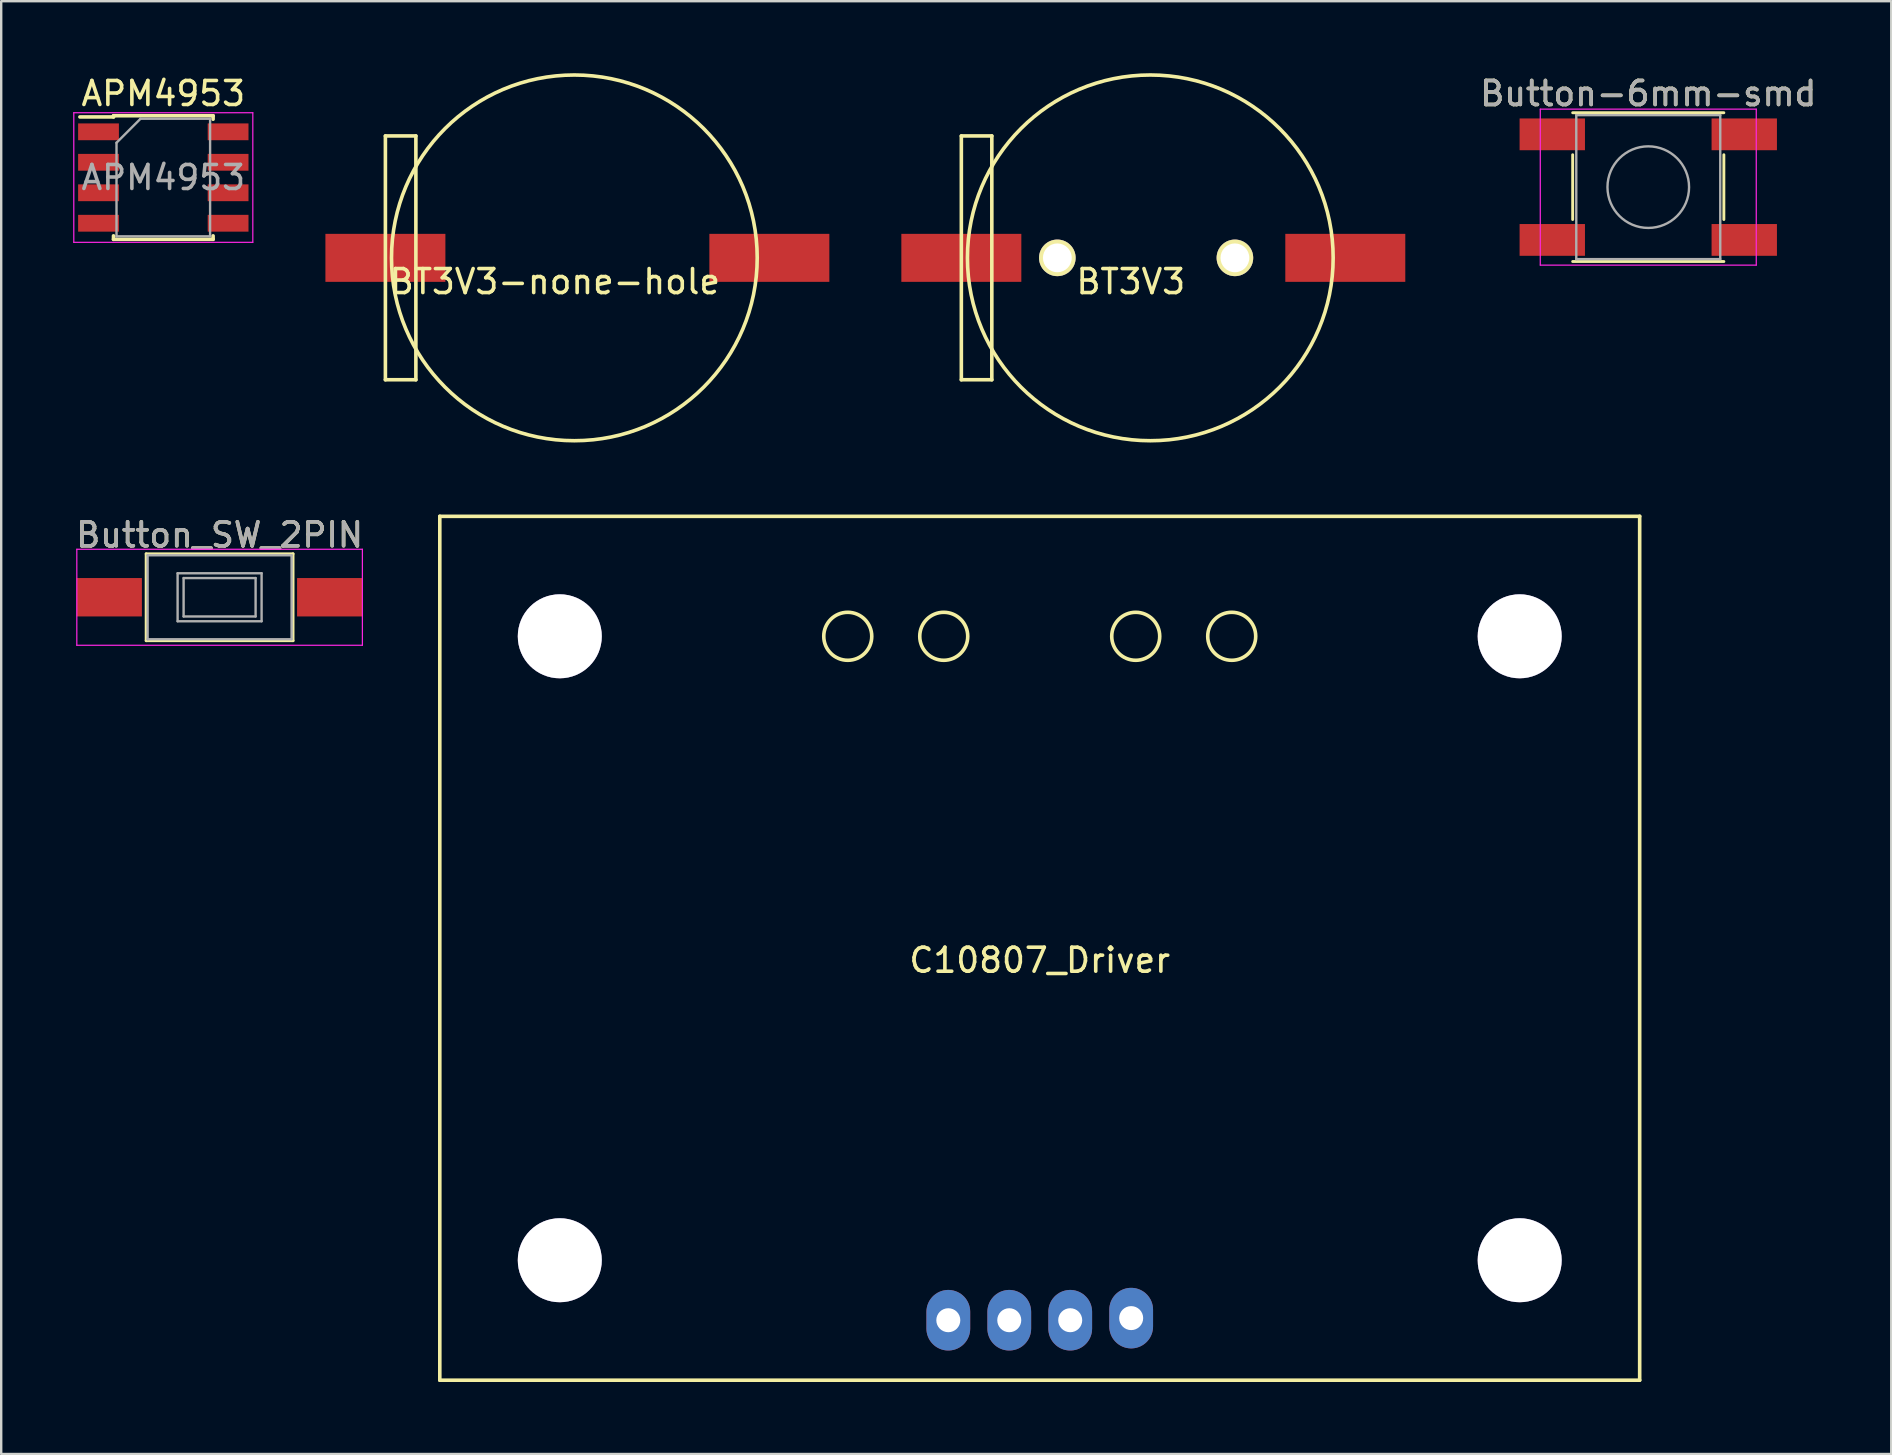
<source format=kicad_pcb>
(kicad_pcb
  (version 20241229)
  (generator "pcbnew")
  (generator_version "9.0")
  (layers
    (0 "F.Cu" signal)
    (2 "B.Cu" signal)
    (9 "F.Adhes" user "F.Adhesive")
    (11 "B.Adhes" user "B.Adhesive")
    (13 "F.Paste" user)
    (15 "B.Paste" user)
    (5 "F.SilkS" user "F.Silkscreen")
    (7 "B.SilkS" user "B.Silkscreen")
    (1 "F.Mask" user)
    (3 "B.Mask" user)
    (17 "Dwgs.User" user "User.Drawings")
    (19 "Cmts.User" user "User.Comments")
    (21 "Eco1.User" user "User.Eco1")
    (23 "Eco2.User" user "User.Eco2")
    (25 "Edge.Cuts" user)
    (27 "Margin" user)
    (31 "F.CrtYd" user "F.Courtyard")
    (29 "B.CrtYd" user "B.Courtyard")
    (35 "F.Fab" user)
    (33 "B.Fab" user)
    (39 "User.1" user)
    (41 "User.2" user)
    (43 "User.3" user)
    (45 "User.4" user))
  (footprint "C10807_Driver"
    (layer "F.Cu")
    (at 40.277 36.465)
    (property "Reference" "C10807_Driver" (at 0 0.5 0) (layer "F.SilkS") (effects (font (size 1 1) (thickness 0.15))))
    (attr through_hole)
    (fp_line (start -25 -18) (end -25 18) (stroke (width 0.15) (type solid)) (layer "F.SilkS"))
    (fp_line (start -25 -18) (end 25 -18) (stroke (width 0.15) (type solid)) (layer "F.SilkS"))
    (fp_line (start -25 18) (end 25 18) (stroke (width 0.15) (type solid)) (layer "F.SilkS"))
    (fp_line (start 25 -18) (end 25 18) (stroke (width 0.15) (type solid)) (layer "F.SilkS"))
    (fp_circle (center -8 -13) (end -7 -13) (stroke (width 0.15) (type solid)) (fill no) (layer "F.SilkS"))
    (fp_circle (center -4 -13) (end -3 -13) (stroke (width 0.15) (type solid)) (fill no) (layer "F.SilkS"))
    (fp_circle (center 4 -13) (end 5 -13) (stroke (width 0.15) (type solid)) (fill no) (layer "F.SilkS"))
    (fp_circle (center 8 -13) (end 9 -13) (stroke (width 0.15) (type solid)) (fill no) (layer "F.SilkS"))
    (pad "0" thru_hole circle (at -20 -13) (size 3.5 3.5) (drill 3.5) (layers "*.Cu"))
    (pad "0" thru_hole circle (at -20 13) (size 3.5 3.5) (drill 3.5) (layers "*.Cu"))
    (pad "0" thru_hole circle (at 20 -13) (size 3.5 3.5) (drill 3.5) (layers "*.Cu"))
    (pad "0" thru_hole circle (at 20 13) (size 3.5 3.5) (drill 3.5) (layers "*.Cu"))
    (pad "1" thru_hole oval (at -3.81 15.5) (size 1.824 2.524) (drill 1) (layers "*.Cu" "*.Mask"))
    (pad "2" thru_hole oval (at -1.27 15.5) (size 1.824 2.524) (drill 1) (layers "*.Cu" "*.Mask"))
    (pad "3" thru_hole oval (at 1.27 15.5) (size 1.824 2.524) (drill 1) (layers "*.Cu" "*.Mask"))
    (pad "4" thru_hole oval (at 3.81 15.412) (size 1.824 2.524) (drill 1) (layers "*.Cu" "*.Mask")))
  (footprint "BT3V3-none-hole"
    (layer "F.Cu")
    (at 13.01 7.695)
    (property "Reference" "BT3V3-none-hole" (at 7.061 0.991 0) (layer "F.SilkS") (effects (font (size 1 1) (thickness 0.15))))
    (attr through_hole)
    (fp_line (start 0 -5.08) (end 1.27 -5.08) (stroke (width 0.15) (type solid)) (layer "F.SilkS"))
    (fp_line (start 0 5.08) (end 0 -5.08) (stroke (width 0.15) (type solid)) (layer "F.SilkS"))
    (fp_line (start 0 5.08) (end 1.27 5.08) (stroke (width 0.15) (type solid)) (layer "F.SilkS"))
    (fp_line (start 1.27 5.08) (end 1.27 -5.08) (stroke (width 0.15) (type solid)) (layer "F.SilkS"))
    (fp_circle (center 7.874 0) (end 15.494 0) (stroke (width 0.15) (type solid)) (fill no) (layer "F.SilkS"))
    (pad "1" smd rect (at 0 0) (size 5 2) (layers "F.Cu" "F.Mask" "F.Paste"))
    (pad "2" smd rect (at 16 0) (size 5 2) (layers "F.Cu" "F.Mask" "F.Paste")))
  (footprint "APM4953"
    (layer "F.Cu")
    (at 3.755 4.348)
    (property "Reference" "APM4953" (at 0 -3.5 0) (layer "F.SilkS") (effects (font (size 1 1) (thickness 0.15))))
    (attr smd)
    (fp_line (start -2.075 -2.575) (end -2.075 -2.525) (stroke (width 0.15) (type solid)) (layer "F.SilkS"))
    (fp_line (start -2.075 -2.575) (end 2.075 -2.575) (stroke (width 0.15) (type solid)) (layer "F.SilkS"))
    (fp_line (start -2.075 -2.525) (end -3.475 -2.525) (stroke (width 0.15) (type solid)) (layer "F.SilkS"))
    (fp_line (start -2.075 2.575) (end -2.075 2.43) (stroke (width 0.15) (type solid)) (layer "F.SilkS"))
    (fp_line (start -2.075 2.575) (end 2.075 2.575) (stroke (width 0.15) (type solid)) (layer "F.SilkS"))
    (fp_line (start 2.075 -2.575) (end 2.075 -2.43) (stroke (width 0.15) (type solid)) (layer "F.SilkS"))
    (fp_line (start 2.075 2.575) (end 2.075 2.43) (stroke (width 0.15) (type solid)) (layer "F.SilkS"))
    (fp_line (start -3.73 -2.7) (end -3.73 2.7) (stroke (width 0.05) (type solid)) (layer "F.CrtYd"))
    (fp_line (start -3.73 -2.7) (end 3.73 -2.7) (stroke (width 0.05) (type solid)) (layer "F.CrtYd"))
    (fp_line (start -3.73 2.7) (end 3.73 2.7) (stroke (width 0.05) (type solid)) (layer "F.CrtYd"))
    (fp_line (start 3.73 -2.7) (end 3.73 2.7) (stroke (width 0.05) (type solid)) (layer "F.CrtYd"))
    (fp_line (start -1.95 -1.45) (end -0.95 -2.45) (stroke (width 0.1) (type solid)) (layer "F.Fab"))
    (fp_line (start -1.95 2.45) (end -1.95 -1.45) (stroke (width 0.1) (type solid)) (layer "F.Fab"))
    (fp_line (start -0.95 -2.45) (end 1.95 -2.45) (stroke (width 0.1) (type solid)) (layer "F.Fab"))
    (fp_line (start 1.95 -2.45) (end 1.95 2.45) (stroke (width 0.1) (type solid)) (layer "F.Fab"))
    (fp_line (start 1.95 2.45) (end -1.95 2.45) (stroke (width 0.1) (type solid)) (layer "F.Fab"))
    (fp_text user "${REFERENCE}" (at 0 0 0) (layer "F.Fab") (effects (font (size 1 1) (thickness 0.15))))
    (pad "1" smd rect (at -2.7 -1.905) (size 1.7 0.7) (layers "F.Cu" "F.Mask" "F.Paste"))
    (pad "2" smd rect (at -2.7 -0.635) (size 1.7 0.7) (layers "F.Cu" "F.Mask" "F.Paste"))
    (pad "3" smd rect (at -2.7 0.635) (size 1.7 0.7) (layers "F.Cu" "F.Mask" "F.Paste"))
    (pad "4" smd rect (at -2.7 1.905) (size 1.7 0.7) (layers "F.Cu" "F.Mask" "F.Paste"))
    (pad "5" smd rect (at 2.7 1.905) (size 1.7 0.7) (layers "F.Cu" "F.Mask" "F.Paste"))
    (pad "6" smd rect (at 2.7 0.635) (size 1.7 0.7) (layers "F.Cu" "F.Mask" "F.Paste"))
    (pad "7" smd rect (at 2.7 -0.635) (size 1.7 0.7) (layers "F.Cu" "F.Mask" "F.Paste"))
    (pad "8" smd rect (at 2.7 -1.905) (size 1.7 0.7) (layers "F.Cu" "F.Mask" "F.Paste")))
  (footprint "Button_SW_2PIN"
    (layer "F.Cu")
    (at 6.101 21.838)
    (property "Reference" "Button_SW_2PIN" (at 0 -2.6 0) (layer "F.SilkS") (effects (font (size 1 1) (thickness 0.15))))
    (attr smd)
    (fp_line (start -3.06 -1.81) (end 3.06 -1.81) (stroke (width 0.12) (type solid)) (layer "F.SilkS"))
    (fp_line (start -3.06 1.81) (end -3.06 -1.81) (stroke (width 0.12) (type solid)) (layer "F.SilkS"))
    (fp_line (start 3.06 -1.81) (end 3.06 1.81) (stroke (width 0.12) (type solid)) (layer "F.SilkS"))
    (fp_line (start 3.06 1.81) (end -3.06 1.81) (stroke (width 0.12) (type solid)) (layer "F.SilkS"))
    (fp_line (start -5.95 -2) (end -5.95 2) (stroke (width 0.05) (type solid)) (layer "F.CrtYd"))
    (fp_line (start -5.95 -2) (end 5.95 -2) (stroke (width 0.05) (type solid)) (layer "F.CrtYd"))
    (fp_line (start -5.95 2) (end 5.95 2) (stroke (width 0.05) (type solid)) (layer "F.CrtYd"))
    (fp_line (start 5.95 -2) (end 5.95 2) (stroke (width 0.05) (type solid)) (layer "F.CrtYd"))
    (fp_line (start -3 -1.75) (end -3 1.75) (stroke (width 0.1) (type solid)) (layer "F.Fab"))
    (fp_line (start -3 -1.75) (end 3 -1.75) (stroke (width 0.1) (type solid)) (layer "F.Fab"))
    (fp_line (start -3 1.75) (end 3 1.75) (stroke (width 0.1) (type solid)) (layer "F.Fab"))
    (fp_line (start -1.75 -1) (end 1.75 -1) (stroke (width 0.1) (type solid)) (layer "F.Fab"))
    (fp_line (start -1.75 1) (end -1.75 -1) (stroke (width 0.1) (type solid)) (layer "F.Fab"))
    (fp_line (start -1.5 -0.8) (end -1.5 0.8) (stroke (width 0.1) (type solid)) (layer "F.Fab"))
    (fp_line (start -1.5 -0.8) (end 1.5 -0.8) (stroke (width 0.1) (type solid)) (layer "F.Fab"))
    (fp_line (start -1.5 0.8) (end 1.5 0.8) (stroke (width 0.1) (type solid)) (layer "F.Fab"))
    (fp_line (start 1.5 -0.8) (end 1.5 0.8) (stroke (width 0.1) (type solid)) (layer "F.Fab"))
    (fp_line (start 1.75 -1) (end 1.75 1) (stroke (width 0.1) (type solid)) (layer "F.Fab"))
    (fp_line (start 1.75 1) (end -1.75 1) (stroke (width 0.1) (type solid)) (layer "F.Fab"))
    (fp_line (start 3 -1.75) (end 3 1.75) (stroke (width 0.1) (type solid)) (layer "F.Fab"))
    (fp_text user "${REFERENCE}" (at 0 -2.6 0) (layer "F.Fab") (effects (font (size 1 1) (thickness 0.15))))
    (pad "1" smd rect (at -4.6 0) (size 2.724 1.6) (layers "F.Cu" "F.Mask" "F.Paste"))
    (pad "2" smd rect (at 4.59 0) (size 2.724 1.6) (layers "F.Cu" "F.Mask" "F.Paste")))
  (footprint "BT3V3"
    (layer "F.Cu")
    (at 37.01 7.695)
    (property "Reference" "BT3V3" (at 7.061 0.991 0) (layer "F.SilkS") (effects (font (size 1 1) (thickness 0.15))))
    (attr through_hole)
    (fp_line (start 0 -5.08) (end 1.27 -5.08) (stroke (width 0.15) (type solid)) (layer "F.SilkS"))
    (fp_line (start 0 5.08) (end 0 -5.08) (stroke (width 0.15) (type solid)) (layer "F.SilkS"))
    (fp_line (start 0 5.08) (end 1.27 5.08) (stroke (width 0.15) (type solid)) (layer "F.SilkS"))
    (fp_line (start 1.27 5.08) (end 1.27 -5.08) (stroke (width 0.15) (type solid)) (layer "F.SilkS"))
    (fp_circle (center 7.874 0) (end 15.494 0) (stroke (width 0.15) (type solid)) (fill no) (layer "F.SilkS"))
    (pad "1" smd rect (at 0 0) (size 5 2) (layers "F.Cu" "F.Mask" "F.Paste"))
    (pad "2" smd rect (at 16 0) (size 5 2) (layers "F.Cu" "F.Mask" "F.Paste"))
    (pad "3" thru_hole circle (at 4 0) (size 1.524 1.524) (drill 1.2) (layers "*.Cu" "*.Mask" "F.SilkS"))
    (pad "3" thru_hole circle (at 11.4 0) (size 1.524 1.524) (drill 1.2) (layers "*.Cu" "*.Mask" "F.SilkS")))
  (footprint "Button-6mm-smd"
    (layer "F.Cu")
    (at 65.635 4.748)
    (property "Reference" "Button-6mm-smd" (at 0 -3.9 0) (layer "F.SilkS") (effects (font (size 1 1) (thickness 0.15))))
    (attr smd)
    (fp_line (start -3.15 -3.1) (end 3.15 -3.1) (stroke (width 0.12) (type solid)) (layer "F.SilkS"))
    (fp_line (start -3.15 1.35) (end -3.15 -1.35) (stroke (width 0.12) (type solid)) (layer "F.SilkS"))
    (fp_line (start -3.15 3.1) (end 3.15 3.1) (stroke (width 0.12) (type solid)) (layer "F.SilkS"))
    (fp_line (start 3.15 -1.35) (end 3.15 1.35) (stroke (width 0.12) (type solid)) (layer "F.SilkS"))
    (fp_line (start -4.5 -3.25) (end 4.5 -3.25) (stroke (width 0.05) (type solid)) (layer "F.CrtYd"))
    (fp_line (start -4.5 3.25) (end -4.5 -3.25) (stroke (width 0.05) (type solid)) (layer "F.CrtYd"))
    (fp_line (start 4.5 -3.25) (end 4.5 3.25) (stroke (width 0.05) (type solid)) (layer "F.CrtYd"))
    (fp_line (start 4.5 3.25) (end -4.5 3.25) (stroke (width 0.05) (type solid)) (layer "F.CrtYd"))
    (fp_line (start -3 -3) (end 3 -3) (stroke (width 0.1) (type solid)) (layer "F.Fab"))
    (fp_line (start -3 3) (end -3 -3) (stroke (width 0.1) (type solid)) (layer "F.Fab"))
    (fp_line (start 3 -3) (end 3 3) (stroke (width 0.1) (type solid)) (layer "F.Fab"))
    (fp_line (start 3 3) (end -3 3) (stroke (width 0.1) (type solid)) (layer "F.Fab"))
    (fp_circle (center 0 0) (end 1.7 0) (stroke (width 0.1) (type solid)) (fill no) (layer "F.Fab"))
    (fp_text user "${REFERENCE}" (at 0 -3.9 0) (layer "F.Fab") (effects (font (size 1 1) (thickness 0.15))))
    (pad "1" smd rect (at -4 -2.2) (size 2.724 1.324) (layers "F.Cu" "F.Mask" "F.Paste"))
    (pad "1" smd rect (at 4 -2.2) (size 2.724 1.324) (layers "F.Cu" "F.Mask" "F.Paste"))
    (pad "2" smd rect (at -4 2.2) (size 2.724 1.324) (layers "F.Cu" "F.Mask" "F.Paste"))
    (pad "2" smd rect (at 4 2.2) (size 2.724 1.324) (layers "F.Cu" "F.Mask" "F.Paste")))
  (gr_rect
    (start -3 -3)
    (end 75.76 57.54)
    (stroke (width 0.1) (type default))
    (fill no)
    (layer "Edge.Cuts")))
</source>
